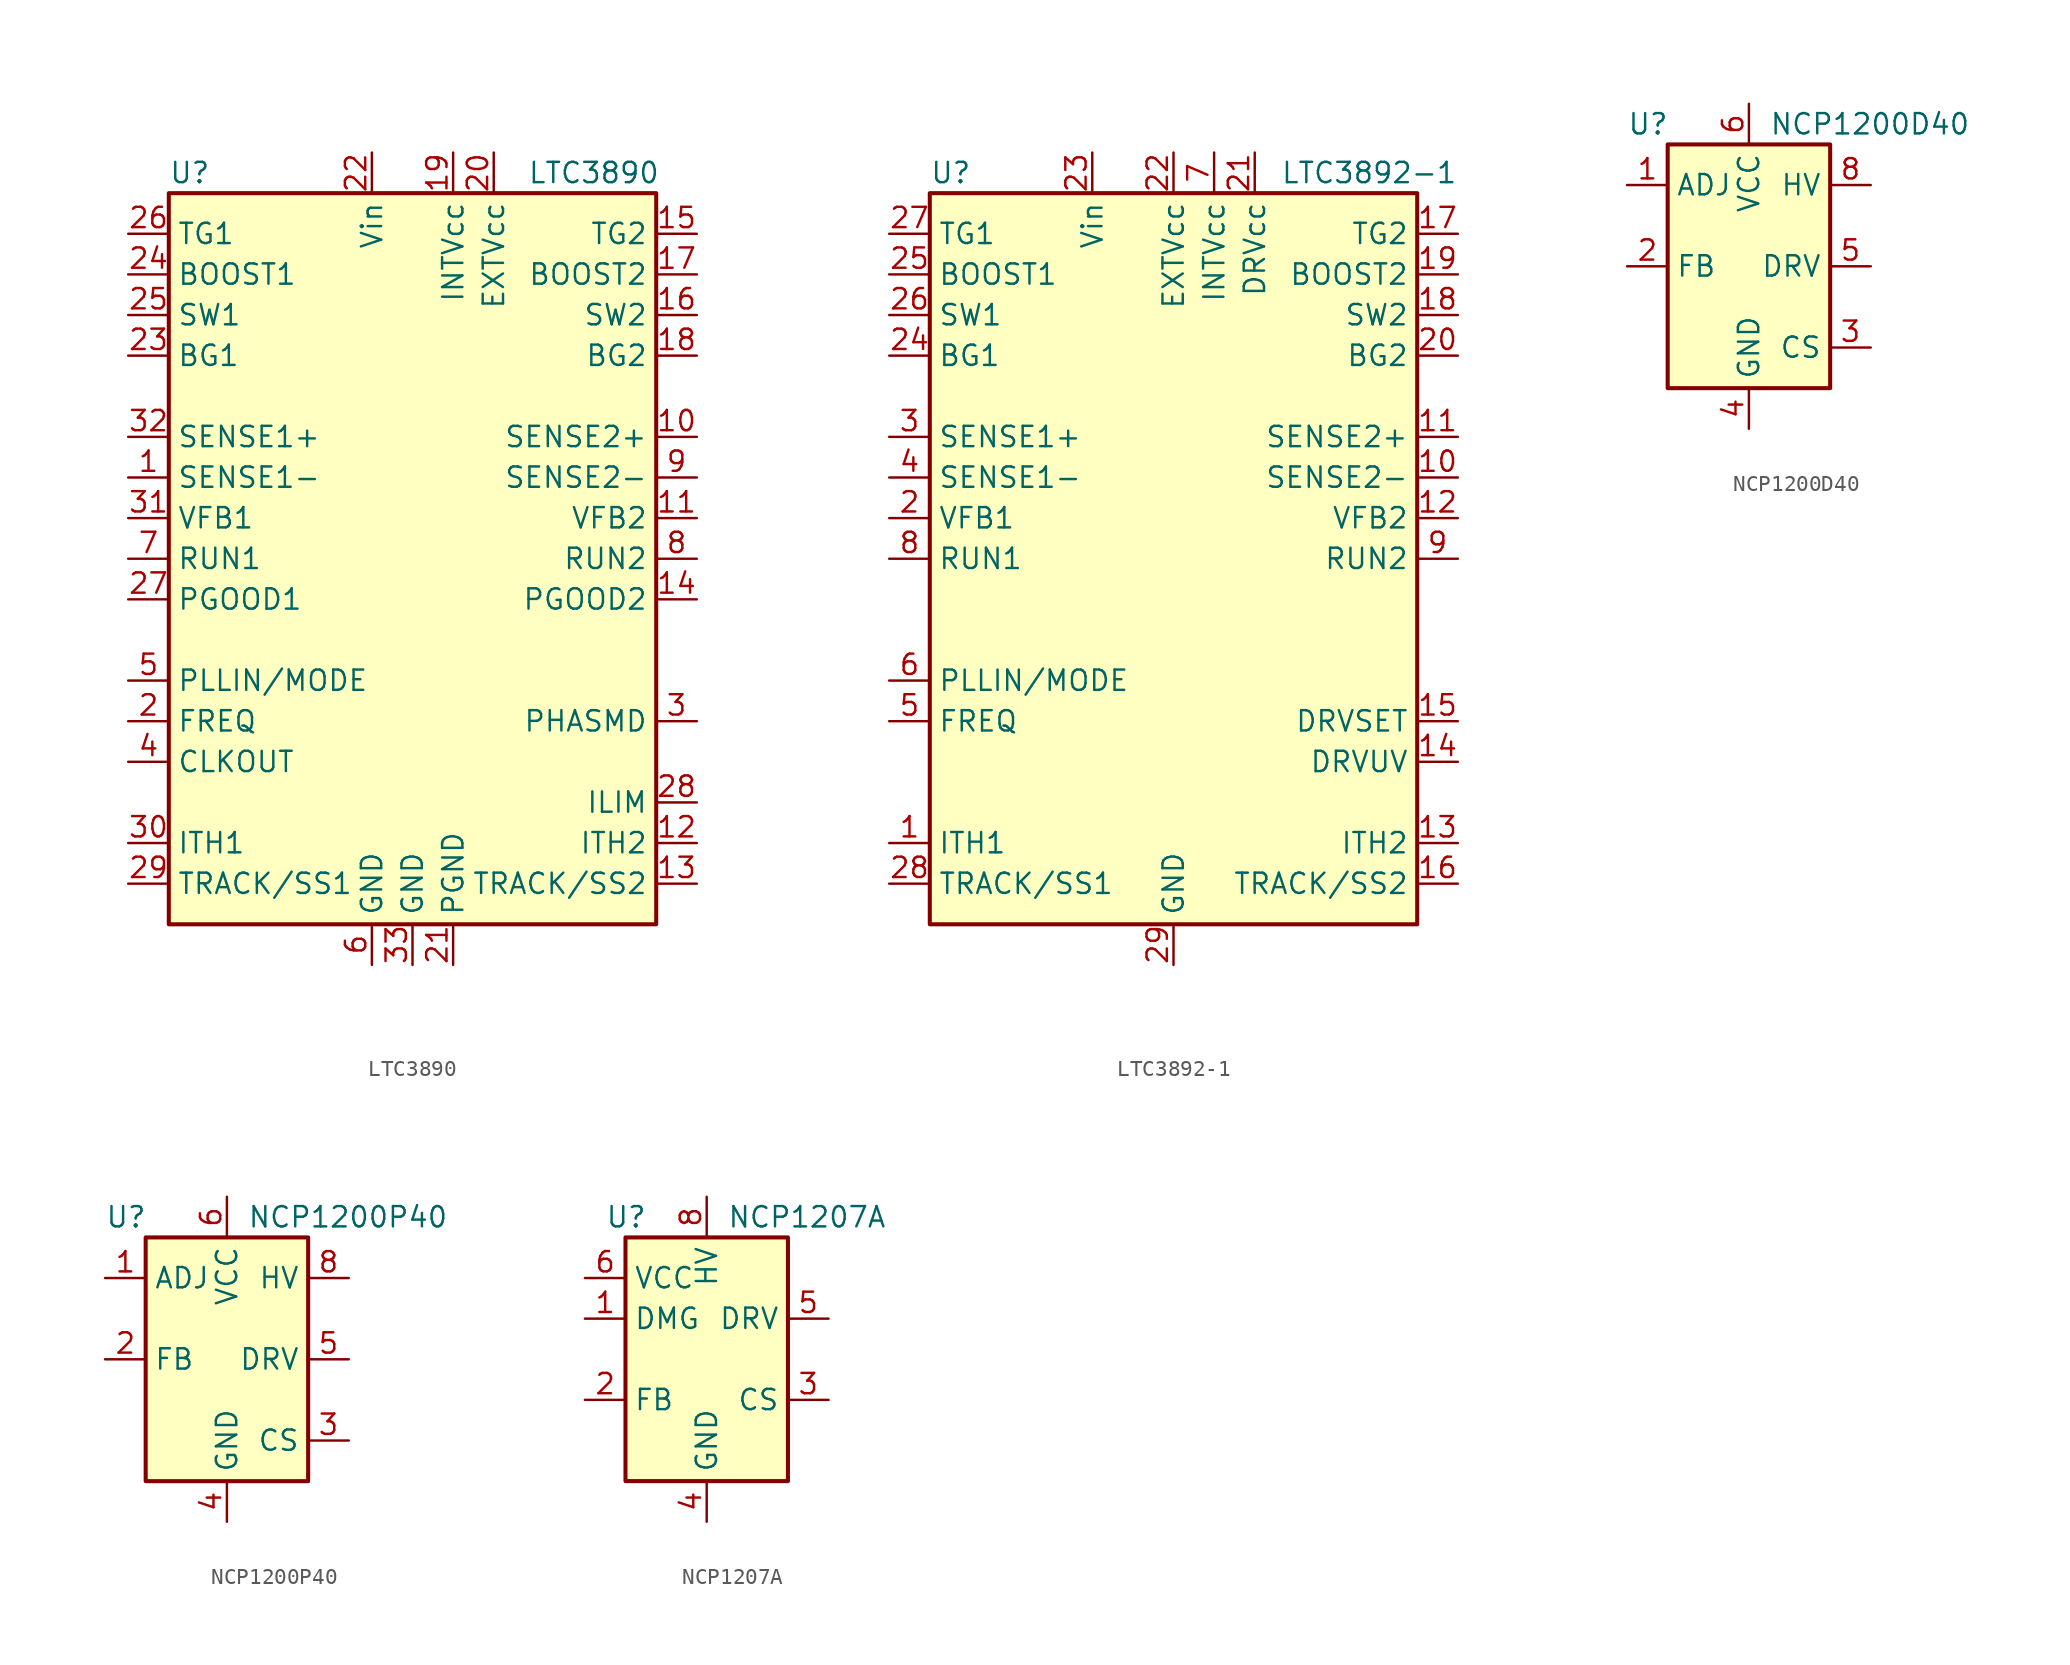
<source format=kicad_sym>
(kicad_symbol_lib
  (version 20211014)
  (generator kicad_symbol_editor)
  (symbol "LTC3890"
    (property "Reference" "U"
      (at -15.24 24.13 0)
      (effects (font (size 1.27 1.27)) (justify left)))
    (property "Value" "LTC3890"
      (at 15.494 24.13 0)
      (effects (font (size 1.27 1.27)) (justify right)))
    (symbol "LTC3890_0_1"
      (rectangle (start -15.24 22.86) (end 15.24 -22.86) (stroke (width 0.254) (type default) (color 0 0 0 0)) (fill (type background))))
    (symbol "LTC3890_1_1"
      (pin input line (at -17.78 5.08 0) (length 2.54) (name "SENSE1-" (effects (font (size 1.27 1.27)))) (number "1" (effects (font (size 1.27 1.27)))))
      (pin input line (at 17.78 7.62 180) (length 2.54) (name "SENSE2+" (effects (font (size 1.27 1.27)))) (number "10" (effects (font (size 1.27 1.27)))))
      (pin input line (at 17.78 2.54 180) (length 2.54) (name "VFB2" (effects (font (size 1.27 1.27)))) (number "11" (effects (font (size 1.27 1.27)))))
      (pin passive line (at 17.78 -17.78 180) (length 2.54) (name "ITH2" (effects (font (size 1.27 1.27)))) (number "12" (effects (font (size 1.27 1.27)))))
      (pin input line (at 17.78 -20.32 180) (length 2.54) (name "TRACK/SS2" (effects (font (size 1.27 1.27)))) (number "13" (effects (font (size 1.27 1.27)))))
      (pin output line (at 17.78 -2.54 180) (length 2.54) (name "PGOOD2" (effects (font (size 1.27 1.27)))) (number "14" (effects (font (size 1.27 1.27)))))
      (pin output line (at 17.78 20.32 180) (length 2.54) (name "TG2" (effects (font (size 1.27 1.27)))) (number "15" (effects (font (size 1.27 1.27)))))
      (pin output line (at 17.78 15.24 180) (length 2.54) (name "SW2" (effects (font (size 1.27 1.27)))) (number "16" (effects (font (size 1.27 1.27)))))
      (pin output line (at 17.78 17.78 180) (length 2.54) (name "BOOST2" (effects (font (size 1.27 1.27)))) (number "17" (effects (font (size 1.27 1.27)))))
      (pin output line (at 17.78 12.7 180) (length 2.54) (name "BG2" (effects (font (size 1.27 1.27)))) (number "18" (effects (font (size 1.27 1.27)))))
      (pin power_out line (at 2.54 25.4 270) (length 2.54) (name "INTVcc" (effects (font (size 1.27 1.27)))) (number "19" (effects (font (size 1.27 1.27)))))
      (pin input line (at -17.78 -10.16 0) (length 2.54) (name "FREQ" (effects (font (size 1.27 1.27)))) (number "2" (effects (font (size 1.27 1.27)))))
      (pin power_in line (at 5.08 25.4 270) (length 2.54) (name "EXTVcc" (effects (font (size 1.27 1.27)))) (number "20" (effects (font (size 1.27 1.27)))))
      (pin power_in line (at 2.54 -25.4 90) (length 2.54) (name "PGND" (effects (font (size 1.27 1.27)))) (number "21" (effects (font (size 1.27 1.27)))))
      (pin power_in line (at -2.54 25.4 270) (length 2.54) (name "Vin" (effects (font (size 1.27 1.27)))) (number "22" (effects (font (size 1.27 1.27)))))
      (pin output line (at -17.78 12.7 0) (length 2.54) (name "BG1" (effects (font (size 1.27 1.27)))) (number "23" (effects (font (size 1.27 1.27)))))
      (pin output line (at -17.78 17.78 0) (length 2.54) (name "BOOST1" (effects (font (size 1.27 1.27)))) (number "24" (effects (font (size 1.27 1.27)))))
      (pin output line (at -17.78 15.24 0) (length 2.54) (name "SW1" (effects (font (size 1.27 1.27)))) (number "25" (effects (font (size 1.27 1.27)))))
      (pin output line (at -17.78 20.32 0) (length 2.54) (name "TG1" (effects (font (size 1.27 1.27)))) (number "26" (effects (font (size 1.27 1.27)))))
      (pin output line (at -17.78 -2.54 0) (length 2.54) (name "PGOOD1" (effects (font (size 1.27 1.27)))) (number "27" (effects (font (size 1.27 1.27)))))
      (pin input line (at 17.78 -15.24 180) (length 2.54) (name "ILIM" (effects (font (size 1.27 1.27)))) (number "28" (effects (font (size 1.27 1.27)))))
      (pin input line (at -17.78 -20.32 0) (length 2.54) (name "TRACK/SS1" (effects (font (size 1.27 1.27)))) (number "29" (effects (font (size 1.27 1.27)))))
      (pin input line (at 17.78 -10.16 180) (length 2.54) (name "PHASMD" (effects (font (size 1.27 1.27)))) (number "3" (effects (font (size 1.27 1.27)))))
      (pin passive line (at -17.78 -17.78 0) (length 2.54) (name "ITH1" (effects (font (size 1.27 1.27)))) (number "30" (effects (font (size 1.27 1.27)))))
      (pin input line (at -17.78 2.54 0) (length 2.54) (name "VFB1" (effects (font (size 1.27 1.27)))) (number "31" (effects (font (size 1.27 1.27)))))
      (pin input line (at -17.78 7.62 0) (length 2.54) (name "SENSE1+" (effects (font (size 1.27 1.27)))) (number "32" (effects (font (size 1.27 1.27)))))
      (pin power_in line (at 0 -25.4 90) (length 2.54) (name "GND" (effects (font (size 1.27 1.27)))) (number "33" (effects (font (size 1.27 1.27)))))
      (pin output line (at -17.78 -12.7 0) (length 2.54) (name "CLKOUT" (effects (font (size 1.27 1.27)))) (number "4" (effects (font (size 1.27 1.27)))))
      (pin input line (at -17.78 -7.62 0) (length 2.54) (name "PLLIN/MODE" (effects (font (size 1.27 1.27)))) (number "5" (effects (font (size 1.27 1.27)))))
      (pin power_in line (at -2.54 -25.4 90) (length 2.54) (name "GND" (effects (font (size 1.27 1.27)))) (number "6" (effects (font (size 1.27 1.27)))))
      (pin input line (at -17.78 0 0) (length 2.54) (name "RUN1" (effects (font (size 1.27 1.27)))) (number "7" (effects (font (size 1.27 1.27)))))
      (pin input line (at 17.78 0 180) (length 2.54) (name "RUN2" (effects (font (size 1.27 1.27)))) (number "8" (effects (font (size 1.27 1.27)))))
      (pin input line (at 17.78 5.08 180) (length 2.54) (name "SENSE2-" (effects (font (size 1.27 1.27)))) (number "9" (effects (font (size 1.27 1.27)))))))
  (symbol "LTC3892-1"
    (property "Reference" "U"
      (at -15.24 24.13 0)
      (effects (font (size 1.27 1.27)) (justify left)))
    (property "Value" "LTC3892-1"
      (at 17.78 24.13 0)
      (effects (font (size 1.27 1.27)) (justify right)))
    (symbol "LTC3892-1_0_1"
      (rectangle (start -15.24 22.86) (end 15.24 -22.86) (stroke (width 0.254) (type default) (color 0 0 0 0)) (fill (type background))))
    (symbol "LTC3892-1_1_1"
      (pin passive line (at -17.78 -17.78 0) (length 2.54) (name "ITH1" (effects (font (size 1.27 1.27)))) (number "1" (effects (font (size 1.27 1.27)))))
      (pin input line (at 17.78 5.08 180) (length 2.54) (name "SENSE2-" (effects (font (size 1.27 1.27)))) (number "10" (effects (font (size 1.27 1.27)))))
      (pin input line (at 17.78 7.62 180) (length 2.54) (name "SENSE2+" (effects (font (size 1.27 1.27)))) (number "11" (effects (font (size 1.27 1.27)))))
      (pin input line (at 17.78 2.54 180) (length 2.54) (name "VFB2" (effects (font (size 1.27 1.27)))) (number "12" (effects (font (size 1.27 1.27)))))
      (pin passive line (at 17.78 -17.78 180) (length 2.54) (name "ITH2" (effects (font (size 1.27 1.27)))) (number "13" (effects (font (size 1.27 1.27)))))
      (pin input line (at 17.78 -12.7 180) (length 2.54) (name "DRVUV" (effects (font (size 1.27 1.27)))) (number "14" (effects (font (size 1.27 1.27)))))
      (pin input line (at 17.78 -10.16 180) (length 2.54) (name "DRVSET" (effects (font (size 1.27 1.27)))) (number "15" (effects (font (size 1.27 1.27)))))
      (pin input line (at 17.78 -20.32 180) (length 2.54) (name "TRACK/SS2" (effects (font (size 1.27 1.27)))) (number "16" (effects (font (size 1.27 1.27)))))
      (pin output line (at 17.78 20.32 180) (length 2.54) (name "TG2" (effects (font (size 1.27 1.27)))) (number "17" (effects (font (size 1.27 1.27)))))
      (pin output line (at 17.78 15.24 180) (length 2.54) (name "SW2" (effects (font (size 1.27 1.27)))) (number "18" (effects (font (size 1.27 1.27)))))
      (pin output line (at 17.78 17.78 180) (length 2.54) (name "BOOST2" (effects (font (size 1.27 1.27)))) (number "19" (effects (font (size 1.27 1.27)))))
      (pin input line (at -17.78 2.54 0) (length 2.54) (name "VFB1" (effects (font (size 1.27 1.27)))) (number "2" (effects (font (size 1.27 1.27)))))
      (pin output line (at 17.78 12.7 180) (length 2.54) (name "BG2" (effects (font (size 1.27 1.27)))) (number "20" (effects (font (size 1.27 1.27)))))
      (pin power_out line (at 5.08 25.4 270) (length 2.54) (name "DRVcc" (effects (font (size 1.27 1.27)))) (number "21" (effects (font (size 1.27 1.27)))))
      (pin power_in line (at 0 25.4 270) (length 2.54) (name "EXTVcc" (effects (font (size 1.27 1.27)))) (number "22" (effects (font (size 1.27 1.27)))))
      (pin power_in line (at -5.08 25.4 270) (length 2.54) (name "Vin" (effects (font (size 1.27 1.27)))) (number "23" (effects (font (size 1.27 1.27)))))
      (pin output line (at -17.78 12.7 0) (length 2.54) (name "BG1" (effects (font (size 1.27 1.27)))) (number "24" (effects (font (size 1.27 1.27)))))
      (pin output line (at -17.78 17.78 0) (length 2.54) (name "BOOST1" (effects (font (size 1.27 1.27)))) (number "25" (effects (font (size 1.27 1.27)))))
      (pin output line (at -17.78 15.24 0) (length 2.54) (name "SW1" (effects (font (size 1.27 1.27)))) (number "26" (effects (font (size 1.27 1.27)))))
      (pin output line (at -17.78 20.32 0) (length 2.54) (name "TG1" (effects (font (size 1.27 1.27)))) (number "27" (effects (font (size 1.27 1.27)))))
      (pin input line (at -17.78 -20.32 0) (length 2.54) (name "TRACK/SS1" (effects (font (size 1.27 1.27)))) (number "28" (effects (font (size 1.27 1.27)))))
      (pin power_in line (at 0 -25.4 90) (length 2.54) (name "GND" (effects (font (size 1.27 1.27)))) (number "29" (effects (font (size 1.27 1.27)))))
      (pin input line (at -17.78 7.62 0) (length 2.54) (name "SENSE1+" (effects (font (size 1.27 1.27)))) (number "3" (effects (font (size 1.27 1.27)))))
      (pin input line (at -17.78 5.08 0) (length 2.54) (name "SENSE1-" (effects (font (size 1.27 1.27)))) (number "4" (effects (font (size 1.27 1.27)))))
      (pin input line (at -17.78 -10.16 0) (length 2.54) (name "FREQ" (effects (font (size 1.27 1.27)))) (number "5" (effects (font (size 1.27 1.27)))))
      (pin input line (at -17.78 -7.62 0) (length 2.54) (name "PLLIN/MODE" (effects (font (size 1.27 1.27)))) (number "6" (effects (font (size 1.27 1.27)))))
      (pin power_out line (at 2.54 25.4 270) (length 2.54) (name "INTVcc" (effects (font (size 1.27 1.27)))) (number "7" (effects (font (size 1.27 1.27)))))
      (pin input line (at -17.78 0 0) (length 2.54) (name "RUN1" (effects (font (size 1.27 1.27)))) (number "8" (effects (font (size 1.27 1.27)))))
      (pin input line (at 17.78 0 180) (length 2.54) (name "RUN2" (effects (font (size 1.27 1.27)))) (number "9" (effects (font (size 1.27 1.27)))))))
  (symbol "NCP1200D40"
    (property "Reference" "U"
      (at -7.62 8.89 0)
      (effects (font (size 1.27 1.27)) (justify left)))
    (property "Value" "NCP1200D40"
      (at 1.27 8.89 0)
      (effects (font (size 1.27 1.27)) (justify left)))
    (symbol "NCP1200D40_0_0"
      (rectangle (start -5.08 7.62) (end 5.08 -7.62) (stroke (width 0.254) (type default) (color 0 0 0 0)) (fill (type background))))
    (symbol "NCP1200D40_1_1"
      (pin input line (at -7.62 5.08 0) (length 2.54) (name "ADJ" (effects (font (size 1.27 1.27)))) (number "1" (effects (font (size 1.27 1.27)))))
      (pin input line (at -7.62 0 0) (length 2.54) (name "FB" (effects (font (size 1.27 1.27)))) (number "2" (effects (font (size 1.27 1.27)))))
      (pin input line (at 7.62 -5.08 180) (length 2.54) (name "CS" (effects (font (size 1.27 1.27)))) (number "3" (effects (font (size 1.27 1.27)))))
      (pin power_in line (at 0 -10.16 90) (length 2.54) (name "GND" (effects (font (size 1.27 1.27)))) (number "4" (effects (font (size 1.27 1.27)))))
      (pin output line (at 7.62 0 180) (length 2.54) (name "DRV" (effects (font (size 1.27 1.27)))) (number "5" (effects (font (size 1.27 1.27)))))
      (pin power_in line (at 0 10.16 270) (length 2.54) (name "VCC" (effects (font (size 1.27 1.27)))) (number "6" (effects (font (size 1.27 1.27)))))
      (pin no_connect line (at -5.08 2.54 0) (length 2.54) hide (name "NC" (effects (font (size 1.27 1.27)))) (number "7" (effects (font (size 1.27 1.27)))))
      (pin input line (at 7.62 5.08 180) (length 2.54) (name "HV" (effects (font (size 1.27 1.27)))) (number "8" (effects (font (size 1.27 1.27)))))))
  (symbol "NCP1200P40"
    (property "Reference" "U"
      (at -7.62 8.89 0)
      (effects (font (size 1.27 1.27)) (justify left)))
    (property "Value" "NCP1200P40"
      (at 1.27 8.89 0)
      (effects (font (size 1.27 1.27)) (justify left)))
    (symbol "NCP1200P40_0_0"
      (rectangle (start -5.08 7.62) (end 5.08 -7.62) (stroke (width 0.254) (type default) (color 0 0 0 0)) (fill (type background))))
    (symbol "NCP1200P40_1_1"
      (pin input line (at -7.62 5.08 0) (length 2.54) (name "ADJ" (effects (font (size 1.27 1.27)))) (number "1" (effects (font (size 1.27 1.27)))))
      (pin input line (at -7.62 0 0) (length 2.54) (name "FB" (effects (font (size 1.27 1.27)))) (number "2" (effects (font (size 1.27 1.27)))))
      (pin input line (at 7.62 -5.08 180) (length 2.54) (name "CS" (effects (font (size 1.27 1.27)))) (number "3" (effects (font (size 1.27 1.27)))))
      (pin power_in line (at 0 -10.16 90) (length 2.54) (name "GND" (effects (font (size 1.27 1.27)))) (number "4" (effects (font (size 1.27 1.27)))))
      (pin output line (at 7.62 0 180) (length 2.54) (name "DRV" (effects (font (size 1.27 1.27)))) (number "5" (effects (font (size 1.27 1.27)))))
      (pin power_in line (at 0 10.16 270) (length 2.54) (name "VCC" (effects (font (size 1.27 1.27)))) (number "6" (effects (font (size 1.27 1.27)))))
      (pin no_connect line (at -5.08 2.54 0) (length 2.54) hide (name "NC" (effects (font (size 1.27 1.27)))) (number "7" (effects (font (size 1.27 1.27)))))
      (pin input line (at 7.62 5.08 180) (length 2.54) (name "HV" (effects (font (size 1.27 1.27)))) (number "8" (effects (font (size 1.27 1.27)))))))
  (symbol "NCP1207A"
    (property "Reference" "U"
      (at -6.35 8.89 0)
      (effects (font (size 1.27 1.27)) (justify left)))
    (property "Value" "NCP1207A"
      (at 1.27 8.89 0)
      (effects (font (size 1.27 1.27)) (justify left)))
    (symbol "NCP1207A_0_0"
      (rectangle (start -5.08 7.62) (end 5.08 -7.62) (stroke (width 0.254) (type default) (color 0 0 0 0)) (fill (type background))))
    (symbol "NCP1207A_1_1"
      (pin input line (at -7.62 2.54 0) (length 2.54) (name "DMG" (effects (font (size 1.27 1.27)))) (number "1" (effects (font (size 1.27 1.27)))))
      (pin input line (at -7.62 -2.54 0) (length 2.54) (name "FB" (effects (font (size 1.27 1.27)))) (number "2" (effects (font (size 1.27 1.27)))))
      (pin input line (at 7.62 -2.54 180) (length 2.54) (name "CS" (effects (font (size 1.27 1.27)))) (number "3" (effects (font (size 1.27 1.27)))))
      (pin power_in line (at 0 -10.16 90) (length 2.54) (name "GND" (effects (font (size 1.27 1.27)))) (number "4" (effects (font (size 1.27 1.27)))))
      (pin output line (at 7.62 2.54 180) (length 2.54) (name "DRV" (effects (font (size 1.27 1.27)))) (number "5" (effects (font (size 1.27 1.27)))))
      (pin power_in line (at -7.62 5.08 0) (length 2.54) (name "VCC" (effects (font (size 1.27 1.27)))) (number "6" (effects (font (size 1.27 1.27)))))
      (pin no_connect line (at -5.08 0 0) (length 2.54) hide (name "NC" (effects (font (size 1.27 1.27)))) (number "7" (effects (font (size 1.27 1.27)))))
      (pin input line (at 0 10.16 270) (length 2.54) (name "HV" (effects (font (size 1.27 1.27)))) (number "8" (effects (font (size 1.27 1.27))))))))
</source>
